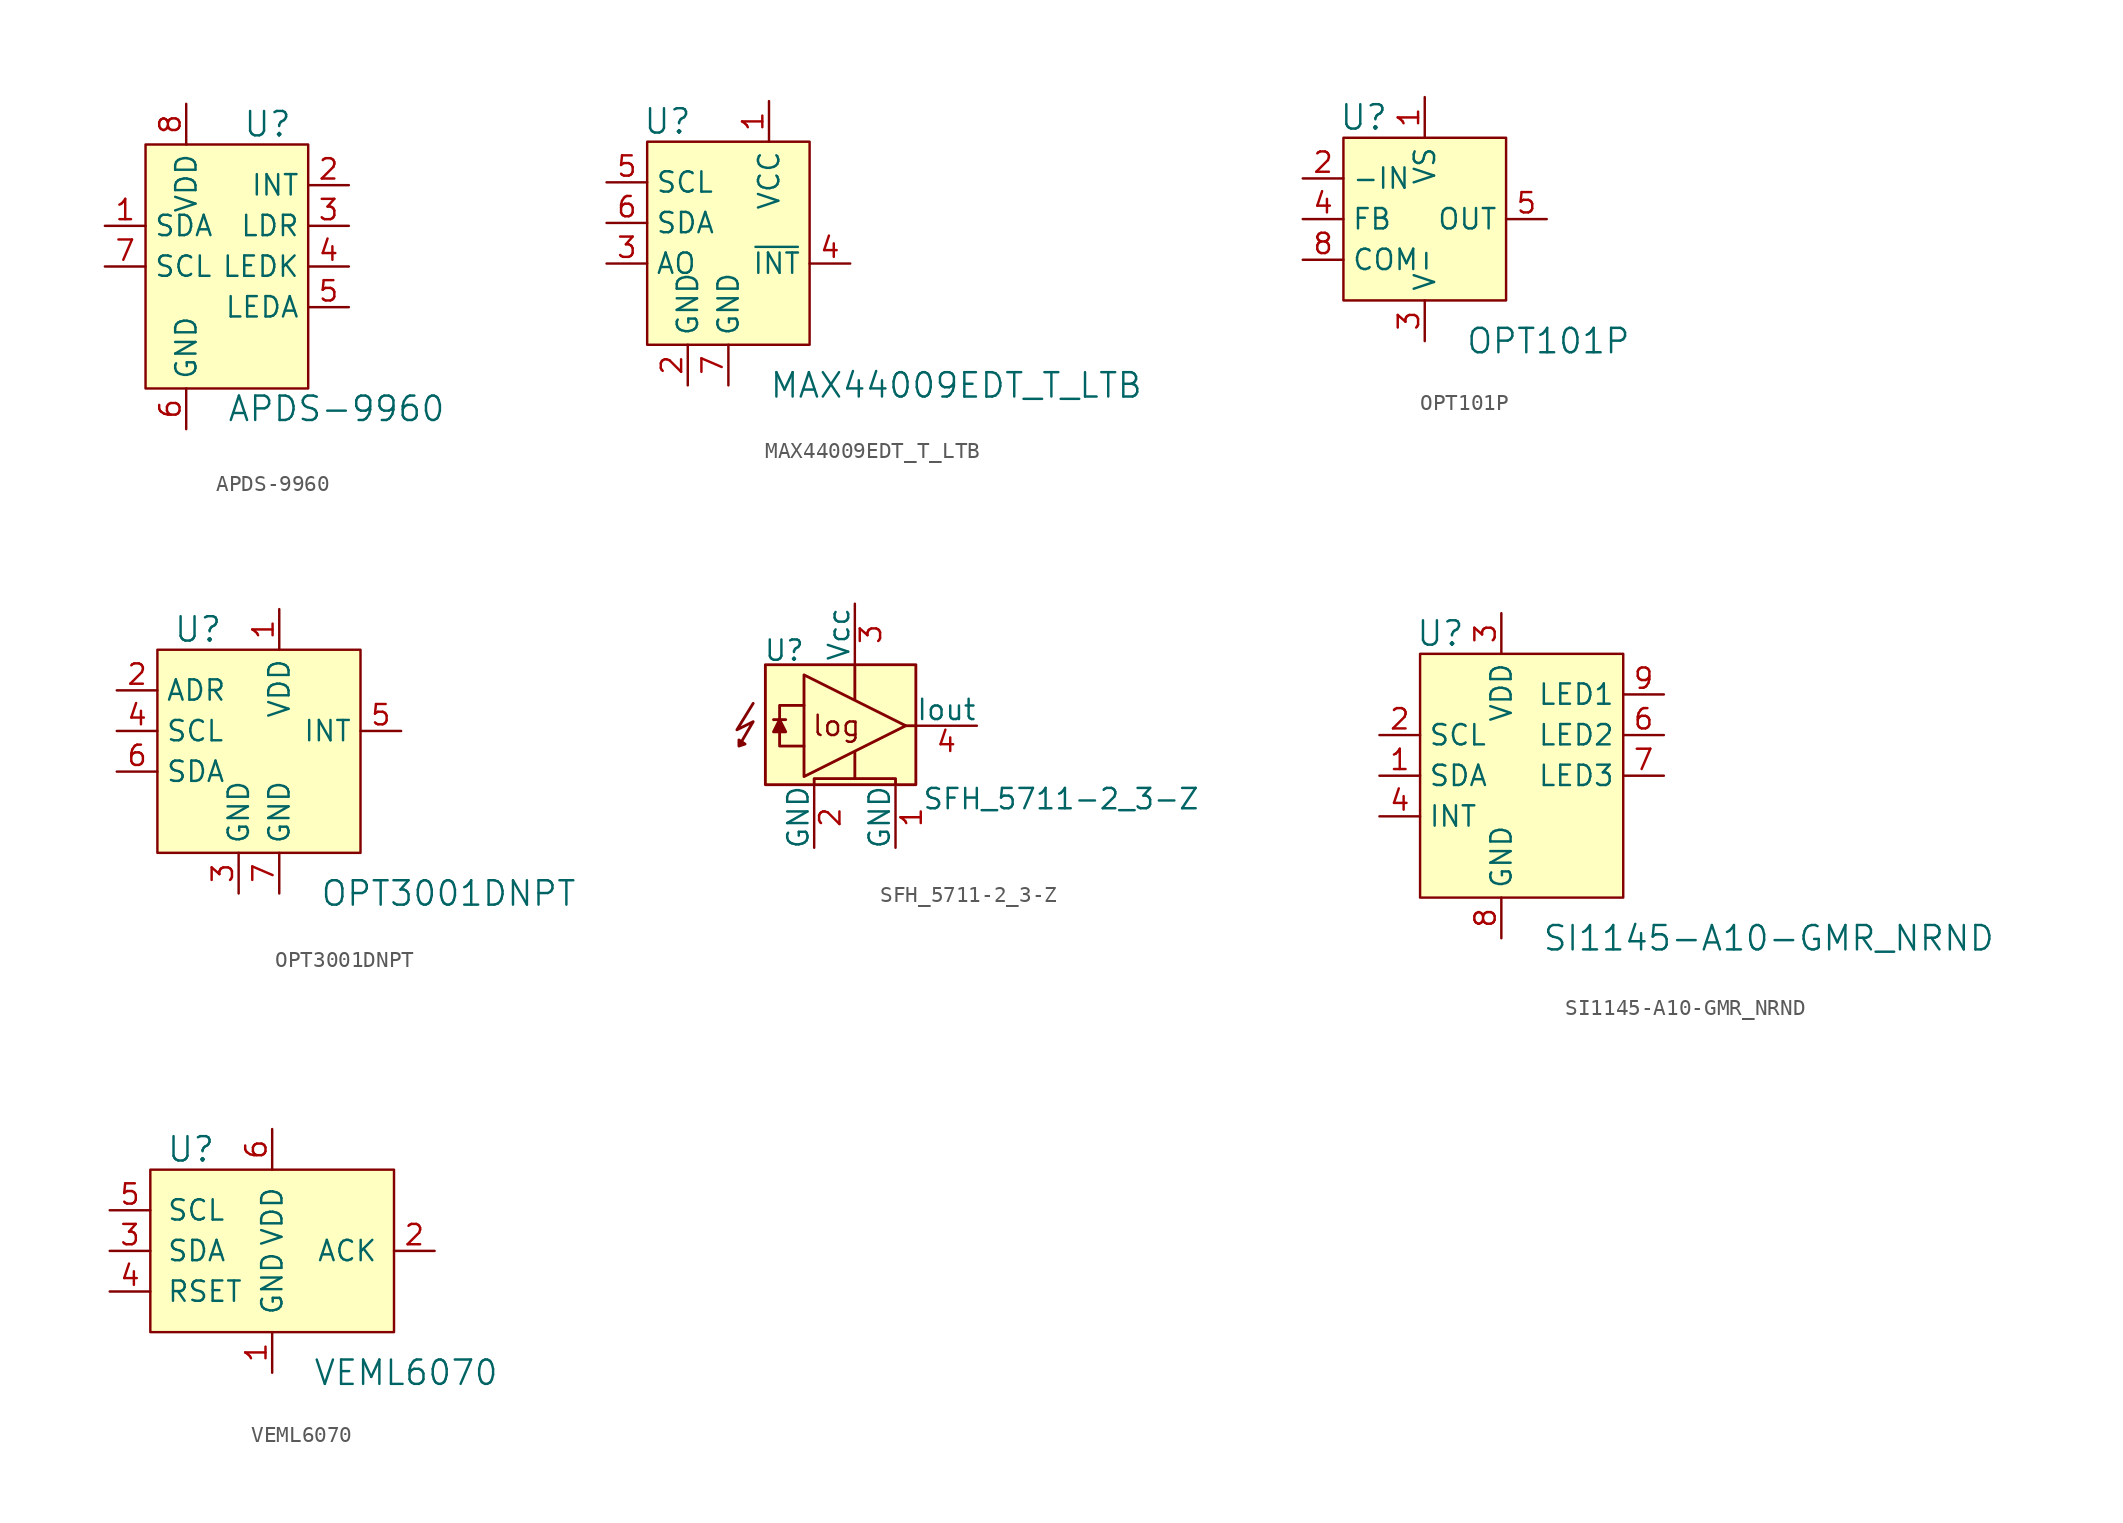
<source format=kicad_sym>
(kicad_symbol_lib
  (version 20201005)
  (generator kicad_symbol_editor)
  (symbol "APDS-9960"
    (property "Reference" "U"
      (at 2.54 8.89 0)
      (effects (font (size 1.524 1.524))))
    (property "Value" "APDS-9960"
      (at 0 -8.89 0)
      (effects (font (size 1.524 1.524)) (justify left)))
    (symbol "APDS-9960_0_1"
      (rectangle (start -5.08 7.62) (end 5.08 -7.62) (stroke (width 0)) (fill (type background))))
    (symbol "APDS-9960_1_1"
      (pin bidirectional line (at -7.62 2.54 0) (length 2.54) (name "SDA" (effects (font (size 1.27 1.27)))) (number "1" (effects (font (size 1.27 1.27)))))
      (pin output line (at 7.62 5.08 180) (length 2.54) (name "INT" (effects (font (size 1.27 1.27)))) (number "2" (effects (font (size 1.27 1.27)))))
      (pin output line (at 7.62 2.54 180) (length 2.54) (name "LDR" (effects (font (size 1.27 1.27)))) (number "3" (effects (font (size 1.27 1.27)))))
      (pin passive line (at 7.62 0 180) (length 2.54) (name "LEDK" (effects (font (size 1.27 1.27)))) (number "4" (effects (font (size 1.27 1.27)))))
      (pin passive line (at 7.62 -2.54 180) (length 2.54) (name "LEDA" (effects (font (size 1.27 1.27)))) (number "5" (effects (font (size 1.27 1.27)))))
      (pin power_in line (at -2.54 -10.16 90) (length 2.54) (name "GND" (effects (font (size 1.27 1.27)))) (number "6" (effects (font (size 1.27 1.27)))))
      (pin input line (at -7.62 0 0) (length 2.54) (name "SCL" (effects (font (size 1.27 1.27)))) (number "7" (effects (font (size 1.27 1.27)))))
      (pin power_in line (at -2.54 10.16 270) (length 2.54) (name "VDD" (effects (font (size 1.27 1.27)))) (number "8" (effects (font (size 1.27 1.27)))))))
  (symbol "MAX44009EDT_T_LTB"
    (property "Reference" "U"
      (at -3.81 8.89 0)
      (effects (font (size 1.524 1.524))))
    (property "Value" "MAX44009EDT_T_LTB"
      (at 2.54 -7.62 0)
      (effects (font (size 1.524 1.524)) (justify left)))
    (symbol "MAX44009EDT_T_LTB_1_0"
      (pin power_in line (at 0 -7.62 90) (length 2.54) (name "GND" (effects (font (size 1.27 1.27)))) (number "7" (effects (font (size 1.27 1.27))))))
    (symbol "MAX44009EDT_T_LTB_1_1"
      (rectangle (start -5.08 7.62) (end 5.08 -5.08) (stroke (width 0)) (fill (type background)))
      (pin power_in line (at 2.54 10.16 270) (length 2.54) (name "VCC" (effects (font (size 1.27 1.27)))) (number "1" (effects (font (size 1.27 1.27)))))
      (pin power_in line (at -2.54 -7.62 90) (length 2.54) (name "GND" (effects (font (size 1.27 1.27)))) (number "2" (effects (font (size 1.27 1.27)))))
      (pin input line (at -7.62 0 0) (length 2.54) (name "AO" (effects (font (size 1.27 1.27)))) (number "3" (effects (font (size 1.27 1.27)))))
      (pin output line (at 7.62 0 180) (length 2.54) (name "~INT" (effects (font (size 1.27 1.27)))) (number "4" (effects (font (size 1.27 1.27)))))
      (pin input line (at -7.62 5.08 0) (length 2.54) (name "SCL" (effects (font (size 1.27 1.27)))) (number "5" (effects (font (size 1.27 1.27)))))
      (pin bidirectional line (at -7.62 2.54 0) (length 2.54) (name "SDA" (effects (font (size 1.27 1.27)))) (number "6" (effects (font (size 1.27 1.27)))))))
  (symbol "OPT101P"
    (property "Reference" "U"
      (at -3.81 6.35 0)
      (effects (font (size 1.524 1.524))))
    (property "Value" "OPT101P"
      (at 2.54 -7.62 0)
      (effects (font (size 1.524 1.524)) (justify left)))
    (symbol "OPT101P_0_1"
      (rectangle (start -5.08 5.08) (end 5.08 -5.08) (stroke (width 0)) (fill (type background))))
    (symbol "OPT101P_1_1"
      (pin power_in line (at 0 7.62 270) (length 2.54) (name "VS" (effects (font (size 1.27 1.27)))) (number "1" (effects (font (size 1.27 1.27)))))
      (pin input line (at -7.62 2.54 0) (length 2.54) (name "-IN" (effects (font (size 1.27 1.27)))) (number "2" (effects (font (size 1.27 1.27)))))
      (pin power_in line (at 0 -7.62 90) (length 2.54) (name "V-" (effects (font (size 1.27 1.27)))) (number "3" (effects (font (size 1.27 1.27)))))
      (pin input line (at -7.62 0 0) (length 2.54) (name "FB" (effects (font (size 1.27 1.27)))) (number "4" (effects (font (size 1.27 1.27)))))
      (pin output line (at 7.62 0 180) (length 2.54) (name "OUT" (effects (font (size 1.27 1.27)))) (number "5" (effects (font (size 1.27 1.27)))))
      (pin no_connect line (at 5.08 -2.54 180) (length 2.54) hide (name "NC" (effects (font (size 1.27 1.27)))) (number "6" (effects (font (size 1.27 1.27)))))
      (pin no_connect line (at 5.08 -5.08 180) (length 2.54) hide (name "NC" (effects (font (size 1.27 1.27)))) (number "7" (effects (font (size 1.27 1.27)))))
      (pin input line (at -7.62 -2.54 0) (length 2.54) (name "COM" (effects (font (size 1.27 1.27)))) (number "8" (effects (font (size 1.27 1.27)))))))
  (symbol "OPT3001DNPT"
    (property "Reference" "U"
      (at -5.08 8.89 0)
      (effects (font (size 1.524 1.524))))
    (property "Value" "OPT3001DNPT"
      (at 2.54 -7.62 0)
      (effects (font (size 1.524 1.524)) (justify left)))
    (symbol "OPT3001DNPT_0_1"
      (rectangle (start -7.62 7.62) (end 5.08 -5.08) (stroke (width 0)) (fill (type background))))
    (symbol "OPT3001DNPT_1_1"
      (pin power_in line (at 0 10.16 270) (length 2.54) (name "VDD" (effects (font (size 1.27 1.27)))) (number "1" (effects (font (size 1.27 1.27)))))
      (pin input line (at -10.16 5.08 0) (length 2.54) (name "ADR" (effects (font (size 1.27 1.27)))) (number "2" (effects (font (size 1.27 1.27)))))
      (pin power_in line (at -2.54 -7.62 90) (length 2.54) (name "GND" (effects (font (size 1.27 1.27)))) (number "3" (effects (font (size 1.27 1.27)))))
      (pin input line (at -10.16 2.54 0) (length 2.54) (name "SCL" (effects (font (size 1.27 1.27)))) (number "4" (effects (font (size 1.27 1.27)))))
      (pin output line (at 7.62 2.54 180) (length 2.54) (name "INT" (effects (font (size 1.27 1.27)))) (number "5" (effects (font (size 1.27 1.27)))))
      (pin bidirectional line (at -10.16 0 0) (length 2.54) (name "SDA" (effects (font (size 1.27 1.27)))) (number "6" (effects (font (size 1.27 1.27)))))
      (pin power_in line (at 0 -7.62 90) (length 2.54) (name "GND" (effects (font (size 1.27 1.27)))) (number "7" (effects (font (size 1.27 1.27)))))))
  (symbol "SFH_5711-2_3-Z"
    (pin_names
      (offset 0))
    (property "Reference" "U"
      (at -5.715 4.699 0)
      (effects (font (size 1.27 1.27)) (justify left)))
    (property "Value" "SFH_5711-2_3-Z"
      (at 4.191 -4.572 0)
      (effects (font (size 1.27 1.27)) (justify left)))
    (symbol "SFH_5711-2_3-Z_0_0"
      (text "log" (at -1.143 0 0) (effects (font (size 1.27 1.27))))
      (rectangle (start -5.588 3.81) (end 3.81 -3.683) (stroke (width 0.178)) (fill (type background)))
      (polyline (pts (xy -5.08 0.381) (xy -4.318 0.381)) (stroke (width 0.178)) (fill (type none)))
      (polyline (pts (xy 0 -1.651) (xy 0 -3.302)) (stroke (width 0.178)) (fill (type none)))
      (polyline (pts (xy 0 3.81) (xy 0 1.651)) (stroke (width 0.178)) (fill (type none)))
      (polyline (pts (xy 3.175 0) (xy 3.81 0)) (stroke (width 0.178)) (fill (type none)))
      (polyline (pts (xy -4.699 -0.381) (xy -4.699 -1.27) (xy -3.175 -1.27)) (stroke (width 0.178)) (fill (type none)))
      (polyline (pts (xy -4.699 0.381) (xy -4.699 1.27) (xy -3.175 1.27)) (stroke (width 0.178)) (fill (type none)))
      (polyline (pts (xy -4.699 0.381) (xy -5.08 -0.381) (xy -4.318 -0.381) (xy -4.699 0.381)) (stroke (width 0.178)) (fill (type outline)))
      (polyline (pts (xy -2.54 -3.683) (xy -2.54 -3.302) (xy 2.54 -3.302) (xy 2.54 -3.683)) (stroke (width 0.178)) (fill (type none)))
      (polyline (pts (xy 3.175 0) (xy -3.175 3.175) (xy -3.175 -3.175) (xy 3.175 0)) (stroke (width 0.178)) (fill (type none)))
      (polyline (pts (xy -6.35 1.397) (xy -7.366 -0.254) (xy -6.35 0.254) (xy -7.239 -1.27) (xy -7.239 -0.889) (xy -6.858 -1.143) (xy -7.239 -1.27)) (stroke (width 0.178)) (fill (type none))))
    (symbol "SFH_5711-2_3-Z_1_1"
      (pin power_in line (at 2.54 -7.62 90) (length 3.81) (name "GND" (effects (font (size 1.27 1.27)))) (number "1" (effects (font (size 1.27 1.27)))))
      (pin power_in line (at -2.54 -7.62 90) (length 3.81) (name "GND" (effects (font (size 1.27 1.27)))) (number "2" (effects (font (size 1.27 1.27)))))
      (pin power_in line (at 0 7.62 270) (length 3.81) (name "Vcc" (effects (font (size 1.27 1.27)))) (number "3" (effects (font (size 1.27 1.27)))))
      (pin output line (at 7.62 0 180) (length 3.81) (name "Iout" (effects (font (size 1.27 1.27)))) (number "4" (effects (font (size 1.27 1.27)))))))
  (symbol "SI1145-A10-GMR_NRND"
    (property "Reference" "U"
      (at -3.81 8.89 0)
      (effects (font (size 1.524 1.524))))
    (property "Value" "SI1145-A10-GMR_NRND"
      (at 2.54 -10.16 0)
      (effects (font (size 1.524 1.524)) (justify left)))
    (symbol "SI1145-A10-GMR_NRND_1_1"
      (rectangle (start -5.08 7.62) (end 7.62 -7.62) (stroke (width 0)) (fill (type background)))
      (pin bidirectional line (at -7.62 0 0) (length 2.54) (name "SDA" (effects (font (size 1.27 1.27)))) (number "1" (effects (font (size 1.27 1.27)))))
      (pin input line (at -7.62 2.54 0) (length 2.54) (name "SCL" (effects (font (size 1.27 1.27)))) (number "2" (effects (font (size 1.27 1.27)))))
      (pin power_in line (at 0 10.16 270) (length 2.54) (name "VDD" (effects (font (size 1.27 1.27)))) (number "3" (effects (font (size 1.27 1.27)))))
      (pin bidirectional line (at -7.62 -2.54 0) (length 2.54) (name "INT" (effects (font (size 1.27 1.27)))) (number "4" (effects (font (size 1.27 1.27)))))
      (pin no_connect line (at 7.62 -2.54 180) (length 2.54) hide (name "DNC" (effects (font (size 1.27 1.27)))) (number "5" (effects (font (size 1.27 1.27)))))
      (pin output line (at 10.16 2.54 180) (length 2.54) (name "LED2" (effects (font (size 1.27 1.27)))) (number "6" (effects (font (size 1.27 1.27)))))
      (pin output line (at 10.16 0 180) (length 2.54) (name "LED3" (effects (font (size 1.27 1.27)))) (number "7" (effects (font (size 1.27 1.27)))))
      (pin power_in line (at 0 -10.16 90) (length 2.54) (name "GND" (effects (font (size 1.27 1.27)))) (number "8" (effects (font (size 1.27 1.27)))))
      (pin output line (at 10.16 5.08 180) (length 2.54) (name "LED1" (effects (font (size 1.27 1.27)))) (number "9" (effects (font (size 1.27 1.27)))))
      (pin no_connect line (at 7.62 -5.08 180) (length 2.54) hide (name "DNC" (effects (font (size 1.27 1.27)))) (number "10" (effects (font (size 1.27 1.27)))))))
  (symbol "VEML6070"
    (pin_names
      (offset 1.016))
    (property "Reference" "U"
      (at -5.08 6.35 0)
      (effects (font (size 1.524 1.524))))
    (property "Value" "VEML6070"
      (at 2.54 -7.62 0)
      (effects (font (size 1.524 1.524)) (justify left)))
    (symbol "VEML6070_0_1"
      (rectangle (start -7.62 5.08) (end 7.62 -5.08) (stroke (width 0)) (fill (type background))))
    (symbol "VEML6070_1_1"
      (pin power_in line (at 0 -7.62 90) (length 2.54) (name "GND" (effects (font (size 1.27 1.27)))) (number "1" (effects (font (size 1.27 1.27)))))
      (pin output line (at 10.16 0 180) (length 2.54) (name "ACK" (effects (font (size 1.27 1.27)))) (number "2" (effects (font (size 1.27 1.27)))))
      (pin bidirectional line (at -10.16 0 0) (length 2.54) (name "SDA" (effects (font (size 1.27 1.27)))) (number "3" (effects (font (size 1.27 1.27)))))
      (pin input line (at -10.16 -2.54 0) (length 2.54) (name "RSET" (effects (font (size 1.27 1.27)))) (number "4" (effects (font (size 1.27 1.27)))))
      (pin input line (at -10.16 2.54 0) (length 2.54) (name "SCL" (effects (font (size 1.27 1.27)))) (number "5" (effects (font (size 1.27 1.27)))))
      (pin power_in line (at 0 7.62 270) (length 2.54) (name "VDD" (effects (font (size 1.27 1.27)))) (number "6" (effects (font (size 1.27 1.27))))))))
</source>
